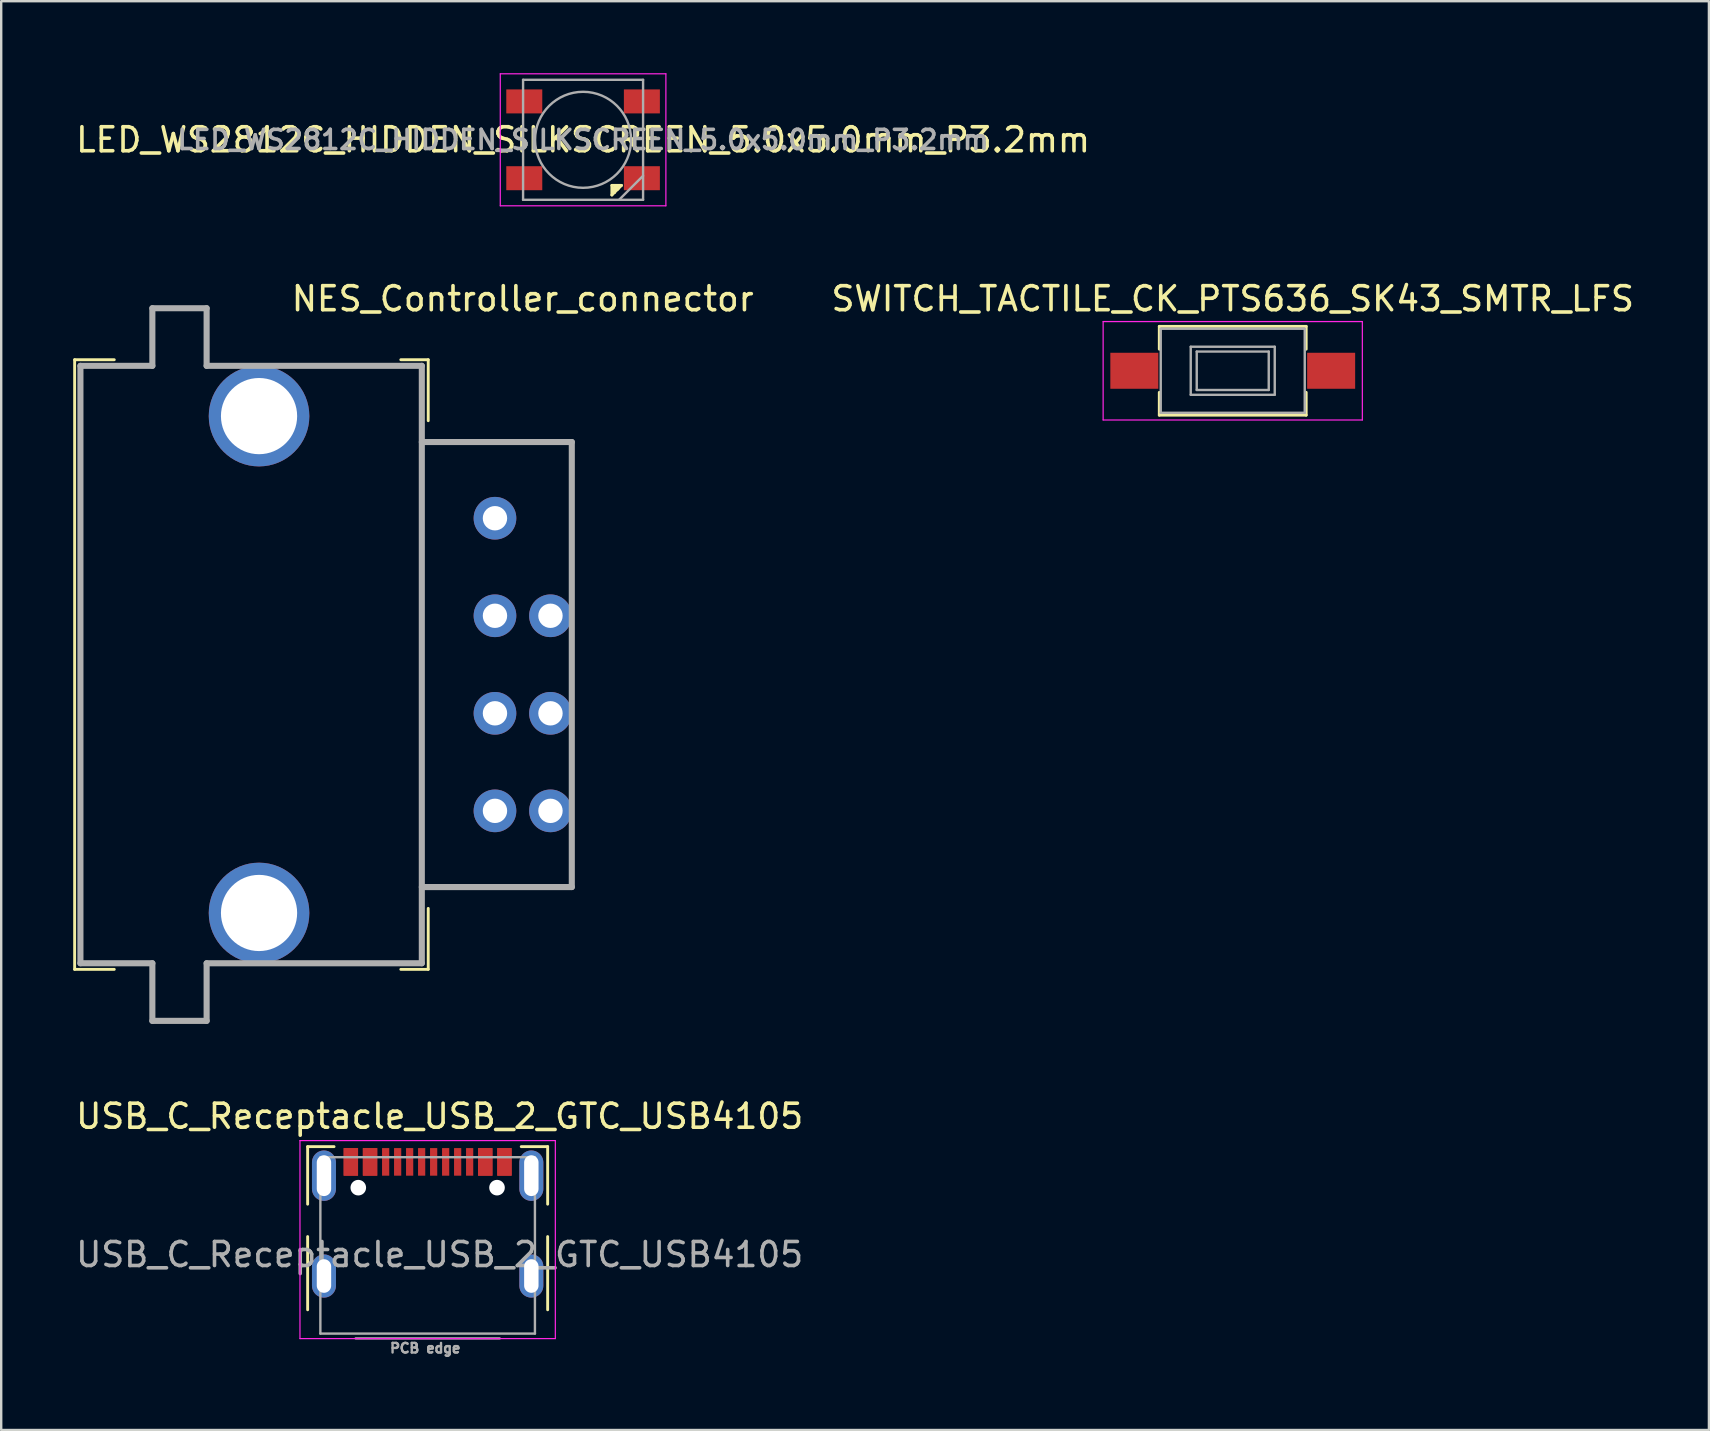
<source format=kicad_pcb>
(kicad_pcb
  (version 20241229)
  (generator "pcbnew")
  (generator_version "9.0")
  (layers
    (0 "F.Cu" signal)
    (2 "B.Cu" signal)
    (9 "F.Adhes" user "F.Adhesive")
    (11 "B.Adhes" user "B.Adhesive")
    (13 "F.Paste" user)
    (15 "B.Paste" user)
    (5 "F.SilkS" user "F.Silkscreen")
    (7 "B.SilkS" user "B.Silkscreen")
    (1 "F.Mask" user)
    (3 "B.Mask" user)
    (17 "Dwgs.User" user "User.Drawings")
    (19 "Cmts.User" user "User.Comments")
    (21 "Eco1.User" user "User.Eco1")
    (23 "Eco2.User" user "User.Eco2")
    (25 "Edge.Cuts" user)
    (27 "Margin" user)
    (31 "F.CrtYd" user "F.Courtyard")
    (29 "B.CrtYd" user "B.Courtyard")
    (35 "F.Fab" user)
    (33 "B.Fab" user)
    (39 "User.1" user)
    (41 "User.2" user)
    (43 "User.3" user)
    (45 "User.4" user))
  (footprint "LED_WS2812C_HIDDEN_SILKSCREEN_5.0x5.0mm_P3.2mm"
    (layer "F.Cu")
    (at 21.244 2.775)
    (property "Reference" "LED_WS2812C_HIDDEN_SILKSCREEN_5.0x5.0mm_P3.2mm" (at 0 0 0) (layer "F.SilkS") (effects (font (size 1 1) (thickness 0.15))))
    (attr smd)
    (fp_line (start 1.2 1.9) (end 1.2 2.3) (stroke (width 0.12) (type solid)) (layer "F.SilkS"))
    (fp_line (start 1.2 2.3) (end 1.3 2.2) (stroke (width 0.12) (type solid)) (layer "F.SilkS"))
    (fp_line (start 1.3 2) (end 1.4 1.9) (stroke (width 0.12) (type solid)) (layer "F.SilkS"))
    (fp_line (start 1.3 2.1) (end 1.425 1.975) (stroke (width 0.12) (type solid)) (layer "F.SilkS"))
    (fp_line (start 1.3 2.2) (end 1.3 2) (stroke (width 0.12) (type solid)) (layer "F.SilkS"))
    (fp_line (start 1.3 2.2) (end 1.6 1.9) (stroke (width 0.12) (type solid)) (layer "F.SilkS"))
    (fp_line (start 1.4 1.9) (end 1.45 2.05) (stroke (width 0.12) (type solid)) (layer "F.SilkS"))
    (fp_line (start 1.45 2.05) (end 1.3 2.1) (stroke (width 0.12) (type solid)) (layer "F.SilkS"))
    (fp_line (start 1.6 1.9) (end 1.2 1.9) (stroke (width 0.12) (type solid)) (layer "F.SilkS"))
    (fp_line (start -3.45 -2.75) (end -3.45 2.75) (stroke (width 0.05) (type solid)) (layer "F.CrtYd"))
    (fp_line (start -3.45 2.75) (end 3.45 2.75) (stroke (width 0.05) (type solid)) (layer "F.CrtYd"))
    (fp_line (start 3.45 -2.75) (end -3.45 -2.75) (stroke (width 0.05) (type solid)) (layer "F.CrtYd"))
    (fp_line (start 3.45 2.75) (end 3.45 -2.75) (stroke (width 0.05) (type solid)) (layer "F.CrtYd"))
    (fp_line (start -2.5 -2.5) (end -2.5 2.5) (stroke (width 0.1) (type solid)) (layer "F.Fab"))
    (fp_line (start -2.5 2.5) (end 2.5 2.5) (stroke (width 0.1) (type solid)) (layer "F.Fab"))
    (fp_line (start 2.5 -2.5) (end -2.5 -2.5) (stroke (width 0.1) (type solid)) (layer "F.Fab"))
    (fp_line (start 2.5 1.5) (end 1.5 2.5) (stroke (width 0.1) (type solid)) (layer "F.Fab"))
    (fp_line (start 2.5 2.5) (end 2.5 -2.5) (stroke (width 0.1) (type solid)) (layer "F.Fab"))
    (fp_circle (center 0 0) (end 0 -2) (stroke (width 0.1) (type solid)) (fill no) (layer "F.Fab"))
    (fp_text user "${REFERENCE}" (at 0 0 0) (layer "F.Fab") (effects (font (size 0.8 0.8) (thickness 0.15))))
    (pad "1" smd rect (at -2.45 -1.6) (size 1.5 1) (layers "F.Cu" "F.Mask" "F.Paste"))
    (pad "2" smd rect (at -2.45 1.6) (size 1.5 1) (layers "F.Cu" "F.Mask" "F.Paste"))
    (pad "3" smd rect (at 2.45 1.6) (size 1.5 1) (layers "F.Cu" "F.Mask" "F.Paste"))
    (pad "4" smd rect (at 2.45 -1.6) (size 1.5 1) (layers "F.Cu" "F.Mask" "F.Paste")))
  (footprint "USB_C_Receptacle_USB_2_GTC_USB4105"
    (layer "F.Cu")
    (at 14.768 47.722)
    (property "Reference" "USB_C_Receptacle_USB_2_GTC_USB4105" (at 0.5 -4.263 0) (layer "F.SilkS") (effects (font (size 1 1) (thickness 0.15))))
    (attr smd)
    (fp_line (start -5 -2.998) (end -5 -0.6) (stroke (width 0.12) (type solid)) (layer "F.SilkS"))
    (fp_line (start -5 -2.998) (end -3.9 -2.998) (stroke (width 0.12) (type solid)) (layer "F.SilkS"))
    (fp_line (start -5 0.75) (end -5 3.8) (stroke (width 0.12) (type solid)) (layer "F.SilkS"))
    (fp_line (start 3.9 -2.998) (end 5 -2.998) (stroke (width 0.12) (type solid)) (layer "F.SilkS"))
    (fp_line (start 5 -2.998) (end 5 -0.6) (stroke (width 0.12) (type solid)) (layer "F.SilkS"))
    (fp_line (start 5 0.75) (end 5 3.8) (stroke (width 0.12) (type solid)) (layer "F.SilkS"))
    (fp_line (start -5.32 -3.25) (end -5.32 5) (stroke (width 0.05) (type solid)) (layer "F.CrtYd"))
    (fp_line (start -5.32 -3.25) (end 5.32 -3.25) (stroke (width 0.05) (type solid)) (layer "F.CrtYd"))
    (fp_line (start -5.32 5) (end 5.32 5) (stroke (width 0.05) (type solid)) (layer "F.CrtYd"))
    (fp_line (start 5.32 -3.25) (end 5.32 5) (stroke (width 0.05) (type solid)) (layer "F.CrtYd"))
    (fp_line (start -4.47 -2.558) (end -4.47 4.792) (stroke (width 0.1) (type solid)) (layer "F.Fab"))
    (fp_line (start -4.47 -2.558) (end 4.47 -2.558) (stroke (width 0.1) (type solid)) (layer "F.Fab"))
    (fp_line (start -4.47 4.792) (end 4.47 4.792) (stroke (width 0.1) (type solid)) (layer "F.Fab"))
    (fp_line (start -3 4.992) (end 3 4.992) (stroke (width 0.1) (type solid)) (layer "F.Fab"))
    (fp_line (start 4.47 -2.558) (end 4.47 4.792) (stroke (width 0.1) (type solid)) (layer "F.Fab"))
    (fp_text user "${REFERENCE}" (at 0.5 1.5 0) (layer "F.Fab") (effects (font (size 1 1) (thickness 0.15))))
    (fp_text user "PCB edge" (at -0.1 5.4 0) (layer "F.Fab") (effects (font (size 0.4 0.4) (thickness 0.1))))
    (pad "" np_thru_hole circle (at -2.89 -1.288) (size 0.65 0.65) (drill 0.65) (layers "*.Cu" "*.Mask"))
    (pad "" np_thru_hole circle (at 2.89 -1.288) (size 0.65 0.65) (drill 0.65) (layers "*.Cu" "*.Mask"))
    (pad "A1" smd rect (at -3.2 -2.362) (size 0.6 1.15) (layers "F.Cu" "F.Mask" "F.Paste"))
    (pad "A4" smd rect (at -2.4 -2.362) (size 0.6 1.15) (layers "F.Cu" "F.Mask" "F.Paste"))
    (pad "A5" smd rect (at -1.25 -2.362) (size 0.3 1.15) (layers "F.Cu" "F.Mask" "F.Paste"))
    (pad "A6" smd rect (at -0.25 -2.362) (size 0.3 1.15) (layers "F.Cu" "F.Mask" "F.Paste"))
    (pad "A7" smd rect (at 0.25 -2.362) (size 0.3 1.15) (layers "F.Cu" "F.Mask" "F.Paste"))
    (pad "A8" smd rect (at 1.25 -2.362) (size 0.3 1.15) (layers "F.Cu" "F.Mask" "F.Paste"))
    (pad "A9" smd rect (at 2.4 -2.362) (size 0.6 1.15) (layers "F.Cu" "F.Mask" "F.Paste"))
    (pad "A12" smd rect (at 3.2 -2.362) (size 0.6 1.15) (layers "F.Cu" "F.Mask" "F.Paste"))
    (pad "B1" smd rect (at 3.2 -2.362) (size 0.6 1.15) (layers "F.Cu" "F.Mask" "F.Paste"))
    (pad "B4" smd rect (at 2.4 -2.362) (size 0.6 1.15) (layers "F.Cu" "F.Mask" "F.Paste"))
    (pad "B5" smd rect (at 1.75 -2.362) (size 0.3 1.15) (layers "F.Cu" "F.Mask" "F.Paste"))
    (pad "B6" smd rect (at 0.75 -2.362) (size 0.3 1.15) (layers "F.Cu" "F.Mask" "F.Paste"))
    (pad "B7" smd rect (at -0.75 -2.362) (size 0.3 1.15) (layers "F.Cu" "F.Mask" "F.Paste"))
    (pad "B8" smd rect (at -1.75 -2.362) (size 0.3 1.15) (layers "F.Cu" "F.Mask" "F.Paste"))
    (pad "B9" smd rect (at -2.4 -2.362) (size 0.6 1.15) (layers "F.Cu" "F.Mask" "F.Paste"))
    (pad "B12" smd rect (at -3.2 -2.362) (size 0.6 1.15) (layers "F.Cu" "F.Mask" "F.Paste"))
    (pad "S1" thru_hole oval (at -4.32 -1.788) (size 1 2.1) (drill oval 0.6 1.7) (layers "*.Cu" "*.Mask"))
    (pad "S1" thru_hole oval (at -4.32 2.393) (size 1 1.8) (drill oval 0.6 1.4) (layers "*.Cu" "*.Mask"))
    (pad "S1" thru_hole oval (at 4.32 -1.788) (size 1 2.1) (drill oval 0.6 1.7) (layers "*.Cu" "*.Mask"))
    (pad "S1" thru_hole oval (at 4.32 2.393) (size 1 1.8) (drill oval 0.6 1.4) (layers "*.Cu" "*.Mask")))
  (footprint "NES_Controller_connector"
    (layer "F.Cu")
    (at 18.729 24.638)
    (property "Reference" "NES_Controller_connector" (at 0 -15.24 0) (unlocked yes) (layer "F.SilkS") (effects (font (size 1 1) (thickness 0.15))))
    (fp_line (start -18.669 12.7) (end -18.669 -12.7) (stroke (width 0.12) (type solid)) (layer "F.SilkS"))
    (fp_line (start -17.018 -12.7) (end -18.669 -12.7) (stroke (width 0.12) (type solid)) (layer "F.SilkS"))
    (fp_line (start -17.018 12.7) (end -18.669 12.7) (stroke (width 0.12) (type solid)) (layer "F.SilkS"))
    (fp_line (start -5.08 -12.7) (end -3.937 -12.7) (stroke (width 0.12) (type solid)) (layer "F.SilkS"))
    (fp_line (start -5.08 12.7) (end -3.937 12.7) (stroke (width 0.12) (type solid)) (layer "F.SilkS"))
    (fp_line (start -3.937 -10.16) (end -3.937 -12.7) (stroke (width 0.12) (type solid)) (layer "F.SilkS"))
    (fp_line (start -3.937 12.7) (end -3.937 10.16) (stroke (width 0.12) (type solid)) (layer "F.SilkS"))
    (fp_line (start -18.428 -12.446) (end -18.428 12.446) (stroke (width 0.254) (type solid)) (layer "F.Fab"))
    (fp_line (start -18.428 -12.446) (end -15.431 -12.446) (stroke (width 0.254) (type solid)) (layer "F.Fab"))
    (fp_line (start -18.428 12.446) (end -15.431 12.446) (stroke (width 0.254) (type solid)) (layer "F.Fab"))
    (fp_line (start -15.431 -14.846) (end -13.17 -14.846) (stroke (width 0.254) (type solid)) (layer "F.Fab"))
    (fp_line (start -15.431 -12.446) (end -15.431 -14.846) (stroke (width 0.254) (type solid)) (layer "F.Fab"))
    (fp_line (start -15.431 12.446) (end -15.431 14.846) (stroke (width 0.254) (type solid)) (layer "F.Fab"))
    (fp_line (start -15.431 14.846) (end -13.17 14.846) (stroke (width 0.254) (type solid)) (layer "F.Fab"))
    (fp_line (start -13.17 -14.846) (end -13.17 -12.446) (stroke (width 0.254) (type solid)) (layer "F.Fab"))
    (fp_line (start -13.17 -12.446) (end -4.204 -12.446) (stroke (width 0.254) (type solid)) (layer "F.Fab"))
    (fp_line (start -13.17 12.446) (end -4.204 12.446) (stroke (width 0.254) (type solid)) (layer "F.Fab"))
    (fp_line (start -13.17 14.846) (end -13.17 12.446) (stroke (width 0.254) (type solid)) (layer "F.Fab"))
    (fp_line (start -4.204 -12.446) (end -4.204 12.446) (stroke (width 0.254) (type solid)) (layer "F.Fab"))
    (fp_line (start -4.204 -9.271) (end 2.045 -9.271) (stroke (width 0.254) (type solid)) (layer "F.Fab"))
    (fp_line (start -4.204 9.271) (end 2.045 9.271) (stroke (width 0.254) (type solid)) (layer "F.Fab"))
    (fp_line (start 2.045 -9.271) (end 2.045 9.271) (stroke (width 0.254) (type solid)) (layer "F.Fab"))
    (pad "" np_thru_hole circle (at -10.986 -10.351) (size 4.191 4.191) (drill 3.175) (layers "*.Cu" "*.Mask"))
    (pad "" np_thru_hole circle (at -10.986 10.351) (size 4.191 4.191) (drill 3.175) (layers "*.Cu" "*.Mask"))
    (pad "1" thru_hole circle (at -1.156 -6.096) (size 1.778 1.778) (drill 1.016) (layers "*.Cu" "*.Mask"))
    (pad "2" thru_hole circle (at -1.156 -2.032) (size 1.778 1.778) (drill 1.016) (layers "*.Cu" "*.Mask"))
    (pad "3" thru_hole circle (at -1.156 2.032) (size 1.778 1.778) (drill 1.016) (layers "*.Cu" "*.Mask"))
    (pad "4" thru_hole circle (at -1.156 6.096) (size 1.778 1.778) (drill 1.016) (layers "*.Cu" "*.Mask"))
    (pad "5" thru_hole circle (at 1.156 6.096) (size 1.778 1.778) (drill 1.016) (layers "*.Cu" "*.Mask"))
    (pad "6" thru_hole circle (at 1.156 2.032) (size 1.778 1.778) (drill 1.016) (layers "*.Cu" "*.Mask"))
    (pad "7" thru_hole circle (at 1.156 -2.032) (size 1.778 1.778) (drill 1.016) (layers "*.Cu" "*.Mask")))
  (footprint "SWITCH_TACTILE_CK_PTS636_SK43_SMTR_LFS"
    (layer "F.Cu")
    (at 48.312 12.398)
    (property "Reference" "SWITCH_TACTILE_CK_PTS636_SK43_SMTR_LFS" (at 0 -3 0) (unlocked yes) (layer "F.SilkS") (effects (font (size 1 1) (thickness 0.15))))
    (fp_line (start -3.06 -1.85) (end 3.06 -1.85) (stroke (width 0.12) (type solid)) (layer "F.SilkS"))
    (fp_line (start -3.06 -0.9) (end -3.06 -1.85) (stroke (width 0.12) (type solid)) (layer "F.SilkS"))
    (fp_line (start -3.06 1.85) (end -3.06 0.9) (stroke (width 0.12) (type solid)) (layer "F.SilkS"))
    (fp_line (start 3.06 -0.9) (end 3.06 -1.85) (stroke (width 0.12) (type solid)) (layer "F.SilkS"))
    (fp_line (start 3.06 1.85) (end -3.06 1.85) (stroke (width 0.12) (type solid)) (layer "F.SilkS"))
    (fp_line (start 3.06 1.85) (end 3.06 0.9) (stroke (width 0.12) (type solid)) (layer "F.SilkS"))
    (fp_line (start -5.4 -2.05) (end 5.4 -2.05) (stroke (width 0.05) (type solid)) (layer "F.CrtYd"))
    (fp_line (start -5.4 2.05) (end -5.4 -2.05) (stroke (width 0.05) (type solid)) (layer "F.CrtYd"))
    (fp_line (start 5.4 -2.05) (end 5.4 2.05) (stroke (width 0.05) (type solid)) (layer "F.CrtYd"))
    (fp_line (start 5.4 2.05) (end -5.4 2.05) (stroke (width 0.05) (type solid)) (layer "F.CrtYd"))
    (fp_line (start -3 -1.75) (end -3 1.75) (stroke (width 0.1) (type solid)) (layer "F.Fab"))
    (fp_line (start -3 -1.75) (end 3 -1.75) (stroke (width 0.1) (type solid)) (layer "F.Fab"))
    (fp_line (start -3 1.75) (end 3 1.75) (stroke (width 0.1) (type solid)) (layer "F.Fab"))
    (fp_line (start -1.75 -1) (end 1.75 -1) (stroke (width 0.1) (type solid)) (layer "F.Fab"))
    (fp_line (start -1.75 1) (end -1.75 -1) (stroke (width 0.1) (type solid)) (layer "F.Fab"))
    (fp_line (start -1.5 -0.8) (end -1.5 0.8) (stroke (width 0.1) (type solid)) (layer "F.Fab"))
    (fp_line (start -1.5 -0.8) (end 1.5 -0.8) (stroke (width 0.1) (type solid)) (layer "F.Fab"))
    (fp_line (start -1.5 0.8) (end 1.5 0.8) (stroke (width 0.1) (type solid)) (layer "F.Fab"))
    (fp_line (start 1.5 -0.8) (end 1.5 0.8) (stroke (width 0.1) (type solid)) (layer "F.Fab"))
    (fp_line (start 1.75 -1) (end 1.75 1) (stroke (width 0.1) (type solid)) (layer "F.Fab"))
    (fp_line (start 1.75 1) (end -1.75 1) (stroke (width 0.1) (type solid)) (layer "F.Fab"))
    (fp_line (start 3 -1.75) (end 3 1.75) (stroke (width 0.1) (type solid)) (layer "F.Fab"))
    (pad "1" smd rect (at -4.1 0) (size 2 1.5) (layers "F.Cu" "F.Mask" "F.Paste"))
    (pad "2" smd rect (at 4.1 0) (size 2 1.5) (layers "F.Cu" "F.Mask" "F.Paste")))
  (gr_rect
    (start -3 -3)
    (end 68.152 56.532)
    (stroke (width 0.1) (type default))
    (fill no)
    (layer "Edge.Cuts")))
</source>
